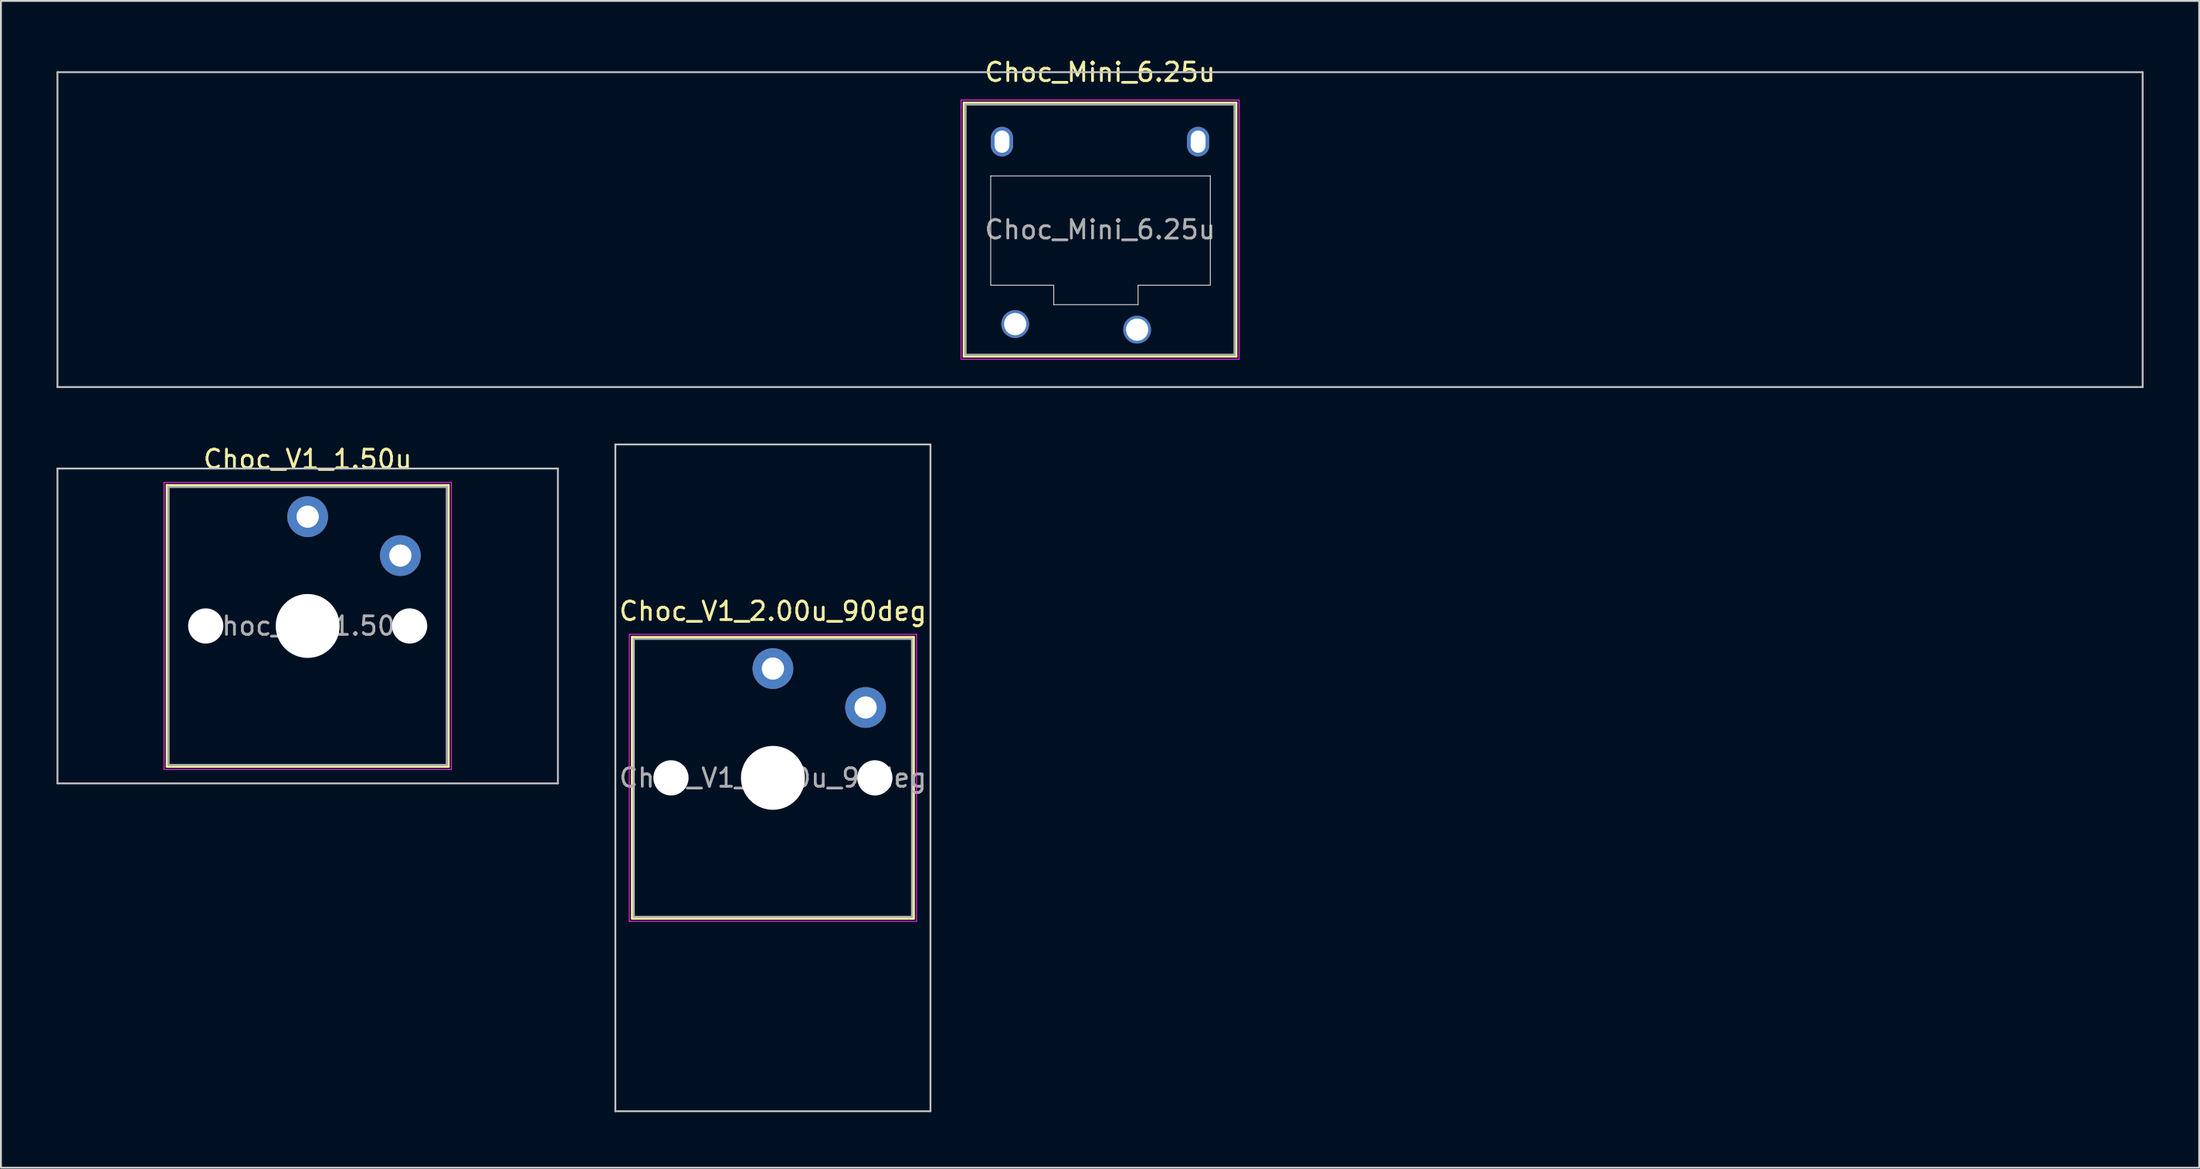
<source format=kicad_pcb>
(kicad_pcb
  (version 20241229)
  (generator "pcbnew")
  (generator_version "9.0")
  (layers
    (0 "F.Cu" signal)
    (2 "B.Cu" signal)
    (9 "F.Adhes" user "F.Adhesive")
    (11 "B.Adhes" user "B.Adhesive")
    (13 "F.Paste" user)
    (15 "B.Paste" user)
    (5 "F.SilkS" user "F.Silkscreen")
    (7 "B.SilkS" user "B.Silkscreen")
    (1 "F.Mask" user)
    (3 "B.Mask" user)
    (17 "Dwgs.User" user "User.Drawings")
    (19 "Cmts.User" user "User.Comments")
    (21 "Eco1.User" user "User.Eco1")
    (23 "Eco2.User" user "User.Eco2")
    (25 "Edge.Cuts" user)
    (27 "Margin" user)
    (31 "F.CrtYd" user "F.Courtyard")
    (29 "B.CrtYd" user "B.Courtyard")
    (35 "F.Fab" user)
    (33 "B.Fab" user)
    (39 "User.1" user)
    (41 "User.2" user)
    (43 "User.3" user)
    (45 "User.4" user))
  (footprint "Choc_V1_2.00u_90deg"
    (layer "F.Cu")
    (at 38.65 38.948)
    (property "Reference" "Choc_V1_2.00u_90deg" (at 0 -9 0) (layer "F.SilkS") (effects (font (size 1 1) (thickness 0.15))))
    (attr through_hole)
    (fp_line (start -7.6 -7.6) (end -7.6 7.6) (stroke (width 0.12) (type solid)) (layer "F.SilkS"))
    (fp_line (start -7.6 7.6) (end 7.6 7.6) (stroke (width 0.12) (type solid)) (layer "F.SilkS"))
    (fp_line (start 7.6 -7.6) (end -7.6 -7.6) (stroke (width 0.12) (type solid)) (layer "F.SilkS"))
    (fp_line (start 7.6 7.6) (end 7.6 -7.6) (stroke (width 0.12) (type solid)) (layer "F.SilkS"))
    (fp_line (start -8.5 -18) (end 8.5 -18) (stroke (width 0.1) (type solid)) (layer "Dwgs.User"))
    (fp_line (start -8.5 18) (end -8.5 -18) (stroke (width 0.1) (type solid)) (layer "Dwgs.User"))
    (fp_line (start 8.5 -18) (end 8.5 18) (stroke (width 0.1) (type solid)) (layer "Dwgs.User"))
    (fp_line (start 8.5 18) (end -8.5 18) (stroke (width 0.1) (type solid)) (layer "Dwgs.User"))
    (fp_line (start -7.25 -7.25) (end -7.25 7.25) (stroke (width 0.1) (type solid)) (layer "Eco1.User"))
    (fp_line (start -7.25 7.25) (end 7.25 7.25) (stroke (width 0.1) (type solid)) (layer "Eco1.User"))
    (fp_line (start 7.25 -7.25) (end -7.25 -7.25) (stroke (width 0.1) (type solid)) (layer "Eco1.User"))
    (fp_line (start 7.25 7.25) (end 7.25 -7.25) (stroke (width 0.1) (type solid)) (layer "Eco1.User"))
    (fp_line (start -7.75 -7.75) (end -7.75 7.75) (stroke (width 0.05) (type solid)) (layer "F.CrtYd"))
    (fp_line (start -7.75 7.75) (end 7.75 7.75) (stroke (width 0.05) (type solid)) (layer "F.CrtYd"))
    (fp_line (start 7.75 -7.75) (end -7.75 -7.75) (stroke (width 0.05) (type solid)) (layer "F.CrtYd"))
    (fp_line (start 7.75 7.75) (end 7.75 -7.75) (stroke (width 0.05) (type solid)) (layer "F.CrtYd"))
    (fp_line (start -7.5 -7.5) (end -7.5 7.5) (stroke (width 0.1) (type solid)) (layer "F.Fab"))
    (fp_line (start -7.5 7.5) (end 7.5 7.5) (stroke (width 0.1) (type solid)) (layer "F.Fab"))
    (fp_line (start 7.5 -7.5) (end -7.5 -7.5) (stroke (width 0.1) (type solid)) (layer "F.Fab"))
    (fp_line (start 7.5 7.5) (end 7.5 -7.5) (stroke (width 0.1) (type solid)) (layer "F.Fab"))
    (fp_text user "${REFERENCE}" (at 0 0 0) (layer "F.Fab") (effects (font (size 1 1) (thickness 0.15))))
    (pad "" np_thru_hole circle (at -5.5 0) (size 1.9 1.9) (drill 1.9) (layers "*.Cu" "*.Mask"))
    (pad "" np_thru_hole circle (at 0 0) (size 3.45 3.45) (drill 3.45) (layers "*.Cu" "*.Mask"))
    (pad "" np_thru_hole circle (at 5.5 0) (size 1.9 1.9) (drill 1.9) (layers "*.Cu" "*.Mask"))
    (pad "1" thru_hole circle (at 0 -5.9) (size 2.2 2.2) (drill 1.2) (layers "*.Cu" "*.Mask"))
    (pad "2" thru_hole circle (at 5 -3.8) (size 2.2 2.2) (drill 1.2) (layers "*.Cu" "*.Mask")))
  (footprint "Choc_Mini_6.25u"
    (layer "F.Cu")
    (at 56.3 9.348)
    (property "Reference" "Choc_Mini_6.25u" (at 0 -8.5 0) (layer "F.SilkS") (effects (font (size 1 1) (thickness 0.15))))
    (attr through_hole)
    (fp_line (start -7.35 -6.85) (end -7.35 6.85) (stroke (width 0.12) (type solid)) (layer "F.SilkS"))
    (fp_line (start -7.35 6.85) (end 7.35 6.85) (stroke (width 0.12) (type solid)) (layer "F.SilkS"))
    (fp_line (start 7.35 -6.85) (end -7.35 -6.85) (stroke (width 0.12) (type solid)) (layer "F.SilkS"))
    (fp_line (start 7.35 6.85) (end 7.35 -6.85) (stroke (width 0.12) (type solid)) (layer "F.SilkS"))
    (fp_line (start -56.25 -8.5) (end -56.25 8.5) (stroke (width 0.1) (type solid)) (layer "Dwgs.User"))
    (fp_line (start -56.25 8.5) (end 56.25 8.5) (stroke (width 0.1) (type solid)) (layer "Dwgs.User"))
    (fp_line (start 56.25 -8.5) (end -56.25 -8.5) (stroke (width 0.1) (type solid)) (layer "Dwgs.User"))
    (fp_line (start 56.25 8.5) (end 56.25 -8.5) (stroke (width 0.1) (type solid)) (layer "Dwgs.User"))
    (fp_line (start -6.85 -6.35) (end -6.85 6.35) (stroke (width 0.1) (type solid)) (layer "Eco1.User"))
    (fp_line (start -6.85 6.35) (end 6.85 6.35) (stroke (width 0.1) (type solid)) (layer "Eco1.User"))
    (fp_line (start 6.85 -6.35) (end -6.85 -6.35) (stroke (width 0.1) (type solid)) (layer "Eco1.User"))
    (fp_line (start 6.85 6.35) (end 6.85 -6.35) (stroke (width 0.1) (type solid)) (layer "Eco1.User"))
    (fp_line (start -5.9 -2.9) (end -5.9 3) (stroke (width 0.05) (type solid)) (layer "Edge.Cuts"))
    (fp_line (start -5.9 3) (end -2.5 3) (stroke (width 0.05) (type solid)) (layer "Edge.Cuts"))
    (fp_line (start -2.5 3) (end -2.5 4.05) (stroke (width 0.05) (type solid)) (layer "Edge.Cuts"))
    (fp_line (start -2.5 4.05) (end 2.05 4.05) (stroke (width 0.05) (type solid)) (layer "Edge.Cuts"))
    (fp_line (start 2.05 3) (end 5.95 3) (stroke (width 0.05) (type solid)) (layer "Edge.Cuts"))
    (fp_line (start 2.05 4.05) (end 2.05 3) (stroke (width 0.05) (type solid)) (layer "Edge.Cuts"))
    (fp_line (start 5.95 -2.9) (end -5.9 -2.9) (stroke (width 0.05) (type solid)) (layer "Edge.Cuts"))
    (fp_line (start 5.95 3) (end 5.95 -2.9) (stroke (width 0.05) (type solid)) (layer "Edge.Cuts"))
    (fp_line (start -7.5 -7) (end -7.5 7) (stroke (width 0.05) (type solid)) (layer "F.CrtYd"))
    (fp_line (start -7.5 7) (end 7.5 7) (stroke (width 0.05) (type solid)) (layer "F.CrtYd"))
    (fp_line (start 7.5 -7) (end -7.5 -7) (stroke (width 0.05) (type solid)) (layer "F.CrtYd"))
    (fp_line (start 7.5 7) (end 7.5 -7) (stroke (width 0.05) (type solid)) (layer "F.CrtYd"))
    (fp_line (start -7.25 -6.75) (end -7.25 6.75) (stroke (width 0.1) (type solid)) (layer "F.Fab"))
    (fp_line (start -7.25 6.75) (end 7.25 6.75) (stroke (width 0.1) (type solid)) (layer "F.Fab"))
    (fp_line (start 7.25 -6.75) (end -7.25 -6.75) (stroke (width 0.1) (type solid)) (layer "F.Fab"))
    (fp_line (start 7.25 6.75) (end 7.25 -6.75) (stroke (width 0.1) (type solid)) (layer "F.Fab"))
    (fp_text user "${REFERENCE}" (at 0 0 0) (layer "F.Fab") (effects (font (size 1 1) (thickness 0.15))))
    (pad "" np_thru_hole oval (at -5.29 -4.75) (size 1.2 1.6) (drill oval 0.8 1.2) (layers "*.Cu" "*.Mask"))
    (pad "" np_thru_hole oval (at 5.29 -4.75) (size 1.2 1.6) (drill oval 0.8 1.2) (layers "*.Cu" "*.Mask"))
    (pad "1" thru_hole circle (at 2 5.4) (size 1.5 1.5) (drill 1.2) (layers "*.Cu" "*.Mask"))
    (pad "2" thru_hole circle (at -4.58 5.1) (size 1.5 1.5) (drill 1.2) (layers "*.Cu" "*.Mask")))
  (footprint "Choc_V1_1.50u"
    (layer "F.Cu")
    (at 13.55 30.747)
    (property "Reference" "Choc_V1_1.50u" (at 0 -9 0) (layer "F.SilkS") (effects (font (size 1 1) (thickness 0.15))))
    (attr through_hole)
    (fp_line (start -7.6 -7.6) (end -7.6 7.6) (stroke (width 0.12) (type solid)) (layer "F.SilkS"))
    (fp_line (start -7.6 7.6) (end 7.6 7.6) (stroke (width 0.12) (type solid)) (layer "F.SilkS"))
    (fp_line (start 7.6 -7.6) (end -7.6 -7.6) (stroke (width 0.12) (type solid)) (layer "F.SilkS"))
    (fp_line (start 7.6 7.6) (end 7.6 -7.6) (stroke (width 0.12) (type solid)) (layer "F.SilkS"))
    (fp_line (start -13.5 -8.5) (end -13.5 8.5) (stroke (width 0.1) (type solid)) (layer "Dwgs.User"))
    (fp_line (start -13.5 8.5) (end 13.5 8.5) (stroke (width 0.1) (type solid)) (layer "Dwgs.User"))
    (fp_line (start 13.5 -8.5) (end -13.5 -8.5) (stroke (width 0.1) (type solid)) (layer "Dwgs.User"))
    (fp_line (start 13.5 8.5) (end 13.5 -8.5) (stroke (width 0.1) (type solid)) (layer "Dwgs.User"))
    (fp_line (start -7.25 -7.25) (end -7.25 7.25) (stroke (width 0.1) (type solid)) (layer "Eco1.User"))
    (fp_line (start -7.25 7.25) (end 7.25 7.25) (stroke (width 0.1) (type solid)) (layer "Eco1.User"))
    (fp_line (start 7.25 -7.25) (end -7.25 -7.25) (stroke (width 0.1) (type solid)) (layer "Eco1.User"))
    (fp_line (start 7.25 7.25) (end 7.25 -7.25) (stroke (width 0.1) (type solid)) (layer "Eco1.User"))
    (fp_line (start -7.75 -7.75) (end -7.75 7.75) (stroke (width 0.05) (type solid)) (layer "F.CrtYd"))
    (fp_line (start -7.75 7.75) (end 7.75 7.75) (stroke (width 0.05) (type solid)) (layer "F.CrtYd"))
    (fp_line (start 7.75 -7.75) (end -7.75 -7.75) (stroke (width 0.05) (type solid)) (layer "F.CrtYd"))
    (fp_line (start 7.75 7.75) (end 7.75 -7.75) (stroke (width 0.05) (type solid)) (layer "F.CrtYd"))
    (fp_line (start -7.5 -7.5) (end -7.5 7.5) (stroke (width 0.1) (type solid)) (layer "F.Fab"))
    (fp_line (start -7.5 7.5) (end 7.5 7.5) (stroke (width 0.1) (type solid)) (layer "F.Fab"))
    (fp_line (start 7.5 -7.5) (end -7.5 -7.5) (stroke (width 0.1) (type solid)) (layer "F.Fab"))
    (fp_line (start 7.5 7.5) (end 7.5 -7.5) (stroke (width 0.1) (type solid)) (layer "F.Fab"))
    (fp_text user "${REFERENCE}" (at 0 0 0) (layer "F.Fab") (effects (font (size 1 1) (thickness 0.15))))
    (pad "" np_thru_hole circle (at -5.5 0) (size 1.9 1.9) (drill 1.9) (layers "*.Cu" "*.Mask"))
    (pad "" np_thru_hole circle (at 0 0) (size 3.45 3.45) (drill 3.45) (layers "*.Cu" "*.Mask"))
    (pad "" np_thru_hole circle (at 5.5 0) (size 1.9 1.9) (drill 1.9) (layers "*.Cu" "*.Mask"))
    (pad "1" thru_hole circle (at 0 -5.9) (size 2.2 2.2) (drill 1.2) (layers "*.Cu" "*.Mask"))
    (pad "2" thru_hole circle (at 5 -3.8) (size 2.2 2.2) (drill 1.2) (layers "*.Cu" "*.Mask")))
  (gr_rect
    (start -3 -3)
    (end 115.6 59.998)
    (stroke (width 0.1) (type default))
    (fill no)
    (layer "Edge.Cuts")))
</source>
